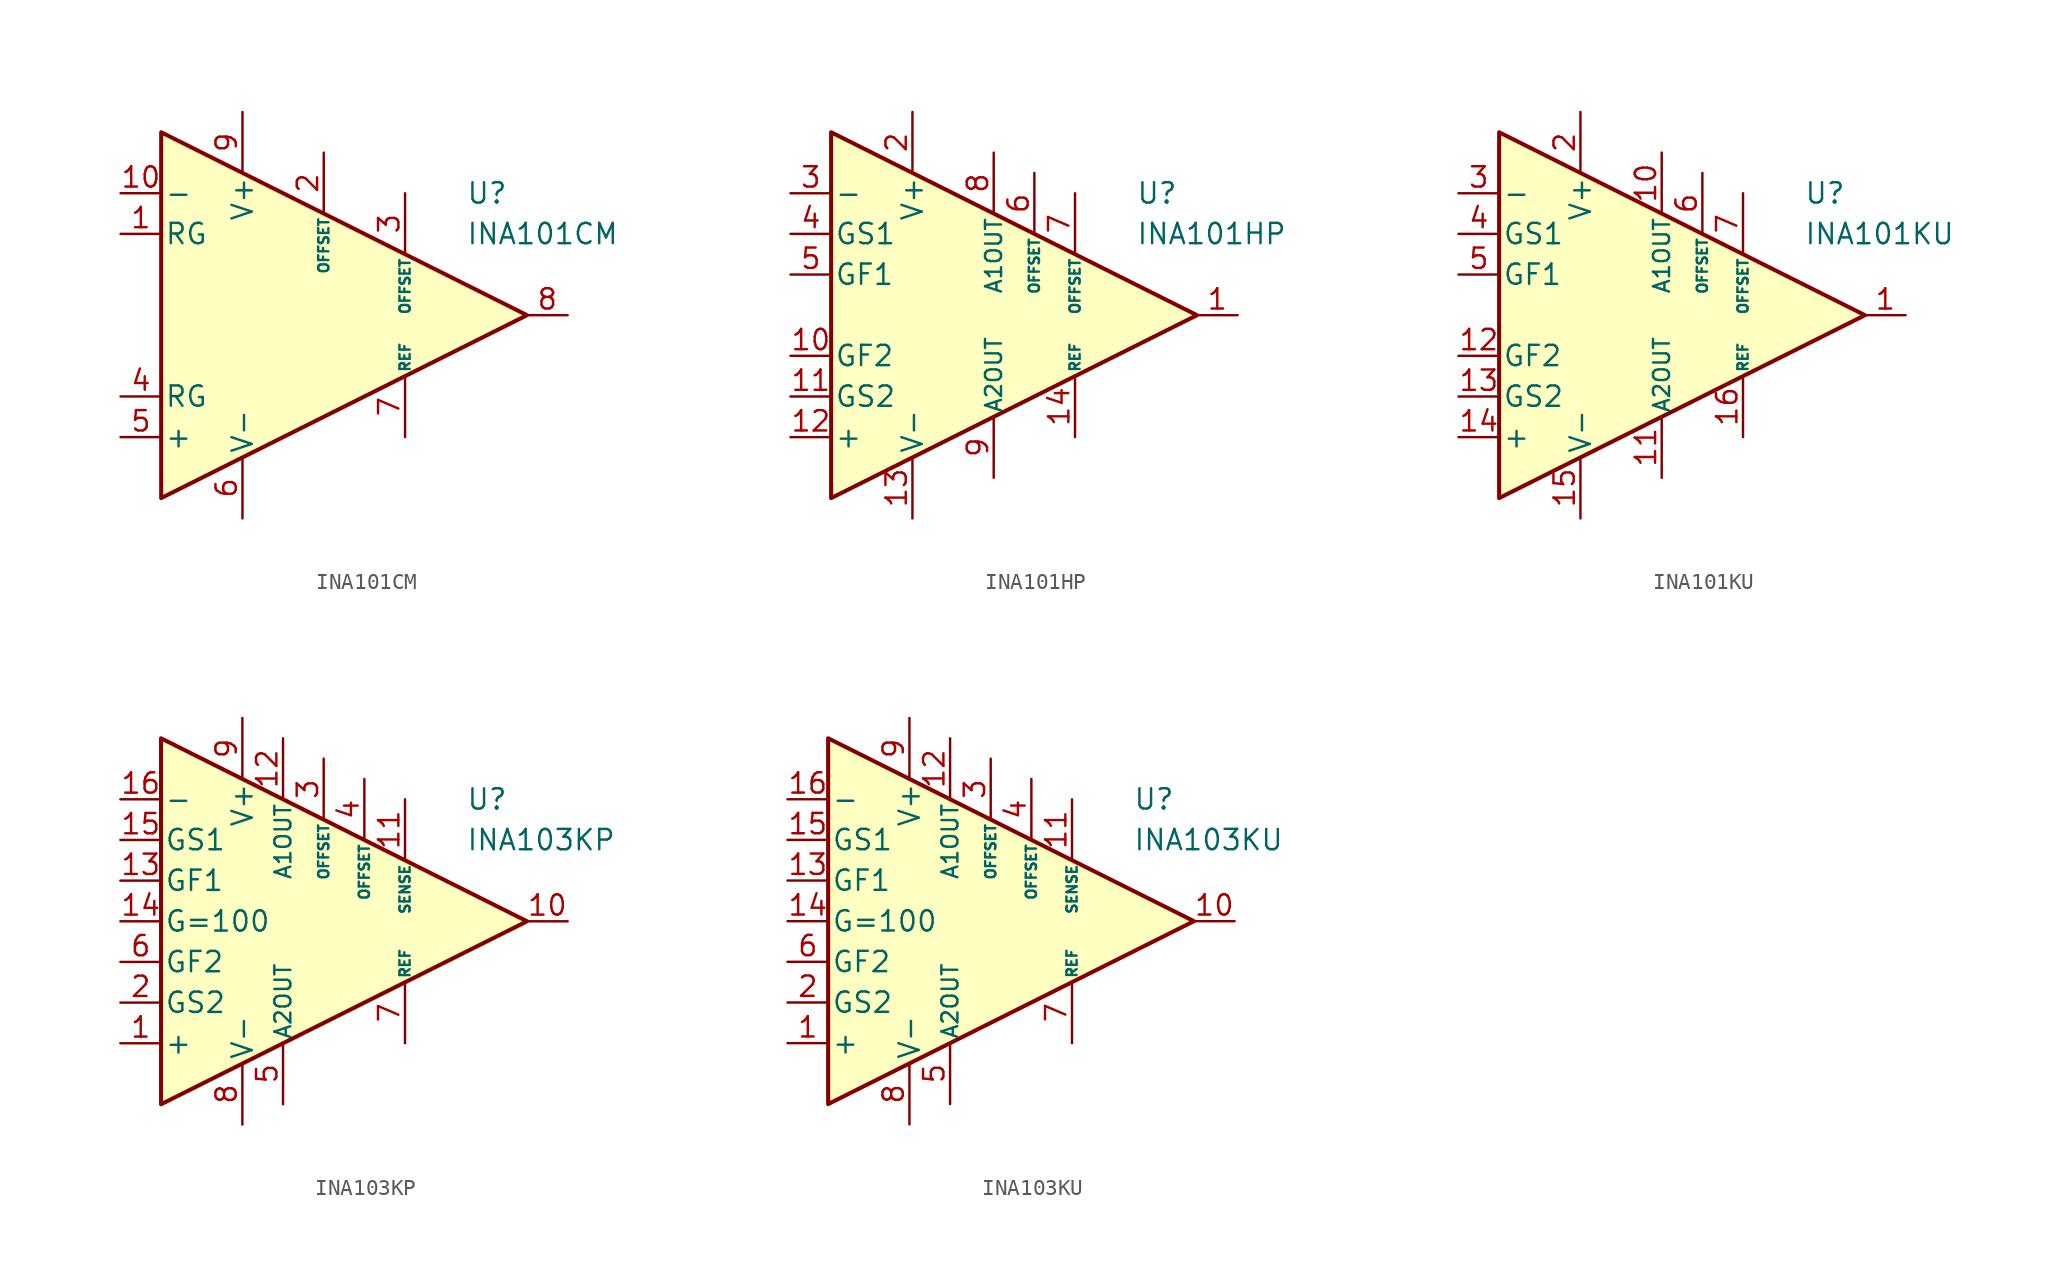
<source format=kicad_sym>
(kicad_symbol_lib
  (version 20231120)
  (generator "kicad_symbol_editor")
  (generator_version "8.0")
  (symbol "INA101CM"
    (pin_names
      (offset 0.2))
    (property "Reference" "U"
      (at 10.16 7.62 0)
      (effects (font (size 1.27 1.27)) (justify left)))
    (property "Value" "INA101CM"
      (at 10.16 5.08 0)
      (effects (font (size 1.27 1.27)) (justify left)))
    (symbol "INA101CM_0_1"
      (polyline (pts (xy -8.89 11.43) (xy -8.89 -11.43) (xy 13.97 0) (xy -8.89 11.43)) (stroke (width 0.254) (type default)) (fill (type background))))
    (symbol "INA101CM_1_1"
      (pin passive line (at -11.43 5.08 0) (length 2.54) (name "RG" (effects (font (size 1.27 1.27)))) (number "1" (effects (font (size 1.27 1.27)))))
      (pin input line (at -11.43 7.62 0) (length 2.54) (name "-" (effects (font (size 1.27 1.27)))) (number "10" (effects (font (size 1.27 1.27)))))
      (pin passive line (at 1.27 10.16 270) (length 3.81) (name "OFFSET" (effects (font (size 0.635 0.635)))) (number "2" (effects (font (size 1.27 1.27)))))
      (pin passive line (at 6.35 7.62 270) (length 3.81) (name "OFFSET" (effects (font (size 0.635 0.635)))) (number "3" (effects (font (size 1.27 1.27)))))
      (pin passive line (at -11.43 -5.08 0) (length 2.54) (name "RG" (effects (font (size 1.27 1.27)))) (number "4" (effects (font (size 1.27 1.27)))))
      (pin input line (at -11.43 -7.62 0) (length 2.54) (name "+" (effects (font (size 1.27 1.27)))) (number "5" (effects (font (size 1.27 1.27)))))
      (pin power_in line (at -3.81 -12.7 90) (length 3.81) (name "V-" (effects (font (size 1.27 1.27)))) (number "6" (effects (font (size 1.27 1.27)))))
      (pin input line (at 6.35 -7.62 90) (length 3.81) (name "REF" (effects (font (size 0.635 0.635)))) (number "7" (effects (font (size 1.27 1.27)))))
      (pin output line (at 16.51 0 180) (length 2.54) (name "~" (effects (font (size 1.27 1.27)))) (number "8" (effects (font (size 1.27 1.27)))))
      (pin power_in line (at -3.81 12.7 270) (length 3.81) (name "V+" (effects (font (size 1.27 1.27)))) (number "9" (effects (font (size 1.27 1.27)))))))
  (symbol "INA101HP"
    (pin_names
      (offset 0.2))
    (property "Reference" "U"
      (at 10.16 7.62 0)
      (effects (font (size 1.27 1.27)) (justify left)))
    (property "Value" "INA101HP"
      (at 10.16 5.08 0)
      (effects (font (size 1.27 1.27)) (justify left)))
    (symbol "INA101HP_0_1"
      (polyline (pts (xy -8.89 11.43) (xy -8.89 -11.43) (xy 13.97 0) (xy -8.89 11.43)) (stroke (width 0.254) (type default)) (fill (type background))))
    (symbol "INA101HP_1_1"
      (pin output line (at 16.51 0 180) (length 2.54) (name "~" (effects (font (size 1.27 1.27)))) (number "1" (effects (font (size 1.27 1.27)))))
      (pin passive line (at -11.43 -2.54 0) (length 2.54) (name "GF2" (effects (font (size 1.27 1.27)))) (number "10" (effects (font (size 1.27 1.27)))))
      (pin passive line (at -11.43 -5.08 0) (length 2.54) (name "GS2" (effects (font (size 1.27 1.27)))) (number "11" (effects (font (size 1.27 1.27)))))
      (pin input line (at -11.43 -7.62 0) (length 2.54) (name "+" (effects (font (size 1.27 1.27)))) (number "12" (effects (font (size 1.27 1.27)))))
      (pin power_in line (at -3.81 -12.7 90) (length 3.81) (name "V-" (effects (font (size 1.27 1.27)))) (number "13" (effects (font (size 1.27 1.27)))))
      (pin input line (at 6.35 -7.62 90) (length 3.81) (name "REF" (effects (font (size 0.635 0.635)))) (number "14" (effects (font (size 1.27 1.27)))))
      (pin power_in line (at -3.81 12.7 270) (length 3.81) (name "V+" (effects (font (size 1.27 1.27)))) (number "2" (effects (font (size 1.27 1.27)))))
      (pin input line (at -11.43 7.62 0) (length 2.54) (name "-" (effects (font (size 1.27 1.27)))) (number "3" (effects (font (size 1.27 1.27)))))
      (pin passive line (at -11.43 5.08 0) (length 2.54) (name "GS1" (effects (font (size 1.27 1.27)))) (number "4" (effects (font (size 1.27 1.27)))))
      (pin passive line (at -11.43 2.54 0) (length 2.54) (name "GF1" (effects (font (size 1.27 1.27)))) (number "5" (effects (font (size 1.27 1.27)))))
      (pin passive line (at 3.81 8.89 270) (length 3.81) (name "OFFSET" (effects (font (size 0.635 0.635)))) (number "6" (effects (font (size 1.27 1.27)))))
      (pin passive line (at 6.35 7.62 270) (length 3.81) (name "OFFSET" (effects (font (size 0.635 0.635)))) (number "7" (effects (font (size 1.27 1.27)))))
      (pin passive line (at 1.27 10.16 270) (length 3.81) (name "A1OUT" (effects (font (size 1 1)))) (number "8" (effects (font (size 1.27 1.27)))))
      (pin passive line (at 1.27 -10.16 90) (length 3.81) (name "A2OUT" (effects (font (size 1 1)))) (number "9" (effects (font (size 1.27 1.27)))))))
  (symbol "INA101KU"
    (pin_names
      (offset 0.2))
    (property "Reference" "U"
      (at 10.16 7.62 0)
      (effects (font (size 1.27 1.27)) (justify left)))
    (property "Value" "INA101KU"
      (at 10.16 5.08 0)
      (effects (font (size 1.27 1.27)) (justify left)))
    (symbol "INA101KU_0_1"
      (polyline (pts (xy -8.89 11.43) (xy -8.89 -11.43) (xy 13.97 0) (xy -8.89 11.43)) (stroke (width 0.254) (type default)) (fill (type background))))
    (symbol "INA101KU_1_1"
      (pin output line (at 16.51 0 180) (length 2.54) (name "~" (effects (font (size 1.27 1.27)))) (number "1" (effects (font (size 1.27 1.27)))))
      (pin passive line (at 1.27 10.16 270) (length 3.81) (name "A1OUT" (effects (font (size 1 1)))) (number "10" (effects (font (size 1.27 1.27)))))
      (pin passive line (at 1.27 -10.16 90) (length 3.81) (name "A2OUT" (effects (font (size 1 1)))) (number "11" (effects (font (size 1.27 1.27)))))
      (pin passive line (at -11.43 -2.54 0) (length 2.54) (name "GF2" (effects (font (size 1.27 1.27)))) (number "12" (effects (font (size 1.27 1.27)))))
      (pin passive line (at -11.43 -5.08 0) (length 2.54) (name "GS2" (effects (font (size 1.27 1.27)))) (number "13" (effects (font (size 1.27 1.27)))))
      (pin input line (at -11.43 -7.62 0) (length 2.54) (name "+" (effects (font (size 1.27 1.27)))) (number "14" (effects (font (size 1.27 1.27)))))
      (pin power_in line (at -3.81 -12.7 90) (length 3.81) (name "V-" (effects (font (size 1.27 1.27)))) (number "15" (effects (font (size 1.27 1.27)))))
      (pin input line (at 6.35 -7.62 90) (length 3.81) (name "REF" (effects (font (size 0.635 0.635)))) (number "16" (effects (font (size 1.27 1.27)))))
      (pin power_in line (at -3.81 12.7 270) (length 3.81) (name "V+" (effects (font (size 1.27 1.27)))) (number "2" (effects (font (size 1.27 1.27)))))
      (pin input line (at -11.43 7.62 0) (length 2.54) (name "-" (effects (font (size 1.27 1.27)))) (number "3" (effects (font (size 1.27 1.27)))))
      (pin passive line (at -11.43 5.08 0) (length 2.54) (name "GS1" (effects (font (size 1.27 1.27)))) (number "4" (effects (font (size 1.27 1.27)))))
      (pin passive line (at -11.43 2.54 0) (length 2.54) (name "GF1" (effects (font (size 1.27 1.27)))) (number "5" (effects (font (size 1.27 1.27)))))
      (pin passive line (at 3.81 8.89 270) (length 3.81) (name "OFFSET" (effects (font (size 0.635 0.635)))) (number "6" (effects (font (size 1.27 1.27)))))
      (pin passive line (at 6.35 7.62 270) (length 3.81) (name "OFFSET" (effects (font (size 0.635 0.635)))) (number "7" (effects (font (size 1.27 1.27)))))))
  (symbol "INA103KP"
    (pin_names
      (offset 0.2))
    (property "Reference" "U"
      (at 10.16 7.62 0)
      (effects (font (size 1.27 1.27)) (justify left)))
    (property "Value" "INA103KP"
      (at 10.16 5.08 0)
      (effects (font (size 1.27 1.27)) (justify left)))
    (symbol "INA103KP_0_1"
      (polyline (pts (xy -8.89 11.43) (xy -8.89 -11.43) (xy 13.97 0) (xy -8.89 11.43)) (stroke (width 0.254) (type default)) (fill (type background))))
    (symbol "INA103KP_1_1"
      (pin input line (at -11.43 -7.62 0) (length 2.54) (name "+" (effects (font (size 1.27 1.27)))) (number "1" (effects (font (size 1.27 1.27)))))
      (pin output line (at 16.51 0 180) (length 2.54) (name "~" (effects (font (size 1.27 1.27)))) (number "10" (effects (font (size 1.27 1.27)))))
      (pin input line (at 6.35 7.62 270) (length 3.81) (name "SENSE" (effects (font (size 0.635 0.635)))) (number "11" (effects (font (size 1.27 1.27)))))
      (pin passive line (at -1.27 11.43 270) (length 3.81) (name "A1OUT" (effects (font (size 1 1)))) (number "12" (effects (font (size 1.27 1.27)))))
      (pin passive line (at -11.43 2.54 0) (length 2.54) (name "GF1" (effects (font (size 1.27 1.27)))) (number "13" (effects (font (size 1.27 1.27)))))
      (pin passive line (at -11.43 0 0) (length 2.54) (name "G=100" (effects (font (size 1.27 1.27)))) (number "14" (effects (font (size 1.27 1.27)))))
      (pin passive line (at -11.43 5.08 0) (length 2.54) (name "GS1" (effects (font (size 1.27 1.27)))) (number "15" (effects (font (size 1.27 1.27)))))
      (pin input line (at -11.43 7.62 0) (length 2.54) (name "-" (effects (font (size 1.27 1.27)))) (number "16" (effects (font (size 1.27 1.27)))))
      (pin passive line (at -11.43 -5.08 0) (length 2.54) (name "GS2" (effects (font (size 1.27 1.27)))) (number "2" (effects (font (size 1.27 1.27)))))
      (pin passive line (at 1.27 10.16 270) (length 3.81) (name "OFFSET" (effects (font (size 0.635 0.635)))) (number "3" (effects (font (size 1.27 1.27)))))
      (pin passive line (at 3.81 8.89 270) (length 3.81) (name "OFFSET" (effects (font (size 0.635 0.635)))) (number "4" (effects (font (size 1.27 1.27)))))
      (pin passive line (at -1.27 -11.43 90) (length 3.81) (name "A2OUT" (effects (font (size 1 1)))) (number "5" (effects (font (size 1.27 1.27)))))
      (pin passive line (at -11.43 -2.54 0) (length 2.54) (name "GF2" (effects (font (size 1.27 1.27)))) (number "6" (effects (font (size 1.27 1.27)))))
      (pin input line (at 6.35 -7.62 90) (length 3.81) (name "REF" (effects (font (size 0.635 0.635)))) (number "7" (effects (font (size 1.27 1.27)))))
      (pin power_in line (at -3.81 -12.7 90) (length 3.81) (name "V-" (effects (font (size 1.27 1.27)))) (number "8" (effects (font (size 1.27 1.27)))))
      (pin power_in line (at -3.81 12.7 270) (length 3.81) (name "V+" (effects (font (size 1.27 1.27)))) (number "9" (effects (font (size 1.27 1.27)))))))
  (symbol "INA103KU"
    (pin_names
      (offset 0.2))
    (property "Reference" "U"
      (at 10.16 7.62 0)
      (effects (font (size 1.27 1.27)) (justify left)))
    (property "Value" "INA103KU"
      (at 10.16 5.08 0)
      (effects (font (size 1.27 1.27)) (justify left)))
    (symbol "INA103KU_0_1"
      (polyline (pts (xy -8.89 11.43) (xy -8.89 -11.43) (xy 13.97 0) (xy -8.89 11.43)) (stroke (width 0.254) (type default)) (fill (type background))))
    (symbol "INA103KU_1_1"
      (pin input line (at -11.43 -7.62 0) (length 2.54) (name "+" (effects (font (size 1.27 1.27)))) (number "1" (effects (font (size 1.27 1.27)))))
      (pin output line (at 16.51 0 180) (length 2.54) (name "~" (effects (font (size 1.27 1.27)))) (number "10" (effects (font (size 1.27 1.27)))))
      (pin input line (at 6.35 7.62 270) (length 3.81) (name "SENSE" (effects (font (size 0.635 0.635)))) (number "11" (effects (font (size 1.27 1.27)))))
      (pin passive line (at -1.27 11.43 270) (length 3.81) (name "A1OUT" (effects (font (size 1 1)))) (number "12" (effects (font (size 1.27 1.27)))))
      (pin passive line (at -11.43 2.54 0) (length 2.54) (name "GF1" (effects (font (size 1.27 1.27)))) (number "13" (effects (font (size 1.27 1.27)))))
      (pin passive line (at -11.43 0 0) (length 2.54) (name "G=100" (effects (font (size 1.27 1.27)))) (number "14" (effects (font (size 1.27 1.27)))))
      (pin passive line (at -11.43 5.08 0) (length 2.54) (name "GS1" (effects (font (size 1.27 1.27)))) (number "15" (effects (font (size 1.27 1.27)))))
      (pin input line (at -11.43 7.62 0) (length 2.54) (name "-" (effects (font (size 1.27 1.27)))) (number "16" (effects (font (size 1.27 1.27)))))
      (pin passive line (at -11.43 -5.08 0) (length 2.54) (name "GS2" (effects (font (size 1.27 1.27)))) (number "2" (effects (font (size 1.27 1.27)))))
      (pin passive line (at 1.27 10.16 270) (length 3.81) (name "OFFSET" (effects (font (size 0.635 0.635)))) (number "3" (effects (font (size 1.27 1.27)))))
      (pin passive line (at 3.81 8.89 270) (length 3.81) (name "OFFSET" (effects (font (size 0.635 0.635)))) (number "4" (effects (font (size 1.27 1.27)))))
      (pin passive line (at -1.27 -11.43 90) (length 3.81) (name "A2OUT" (effects (font (size 1 1)))) (number "5" (effects (font (size 1.27 1.27)))))
      (pin passive line (at -11.43 -2.54 0) (length 2.54) (name "GF2" (effects (font (size 1.27 1.27)))) (number "6" (effects (font (size 1.27 1.27)))))
      (pin input line (at 6.35 -7.62 90) (length 3.81) (name "REF" (effects (font (size 0.635 0.635)))) (number "7" (effects (font (size 1.27 1.27)))))
      (pin power_in line (at -3.81 -12.7 90) (length 3.81) (name "V-" (effects (font (size 1.27 1.27)))) (number "8" (effects (font (size 1.27 1.27)))))
      (pin power_in line (at -3.81 12.7 270) (length 3.81) (name "V+" (effects (font (size 1.27 1.27)))) (number "9" (effects (font (size 1.27 1.27))))))))
</source>
